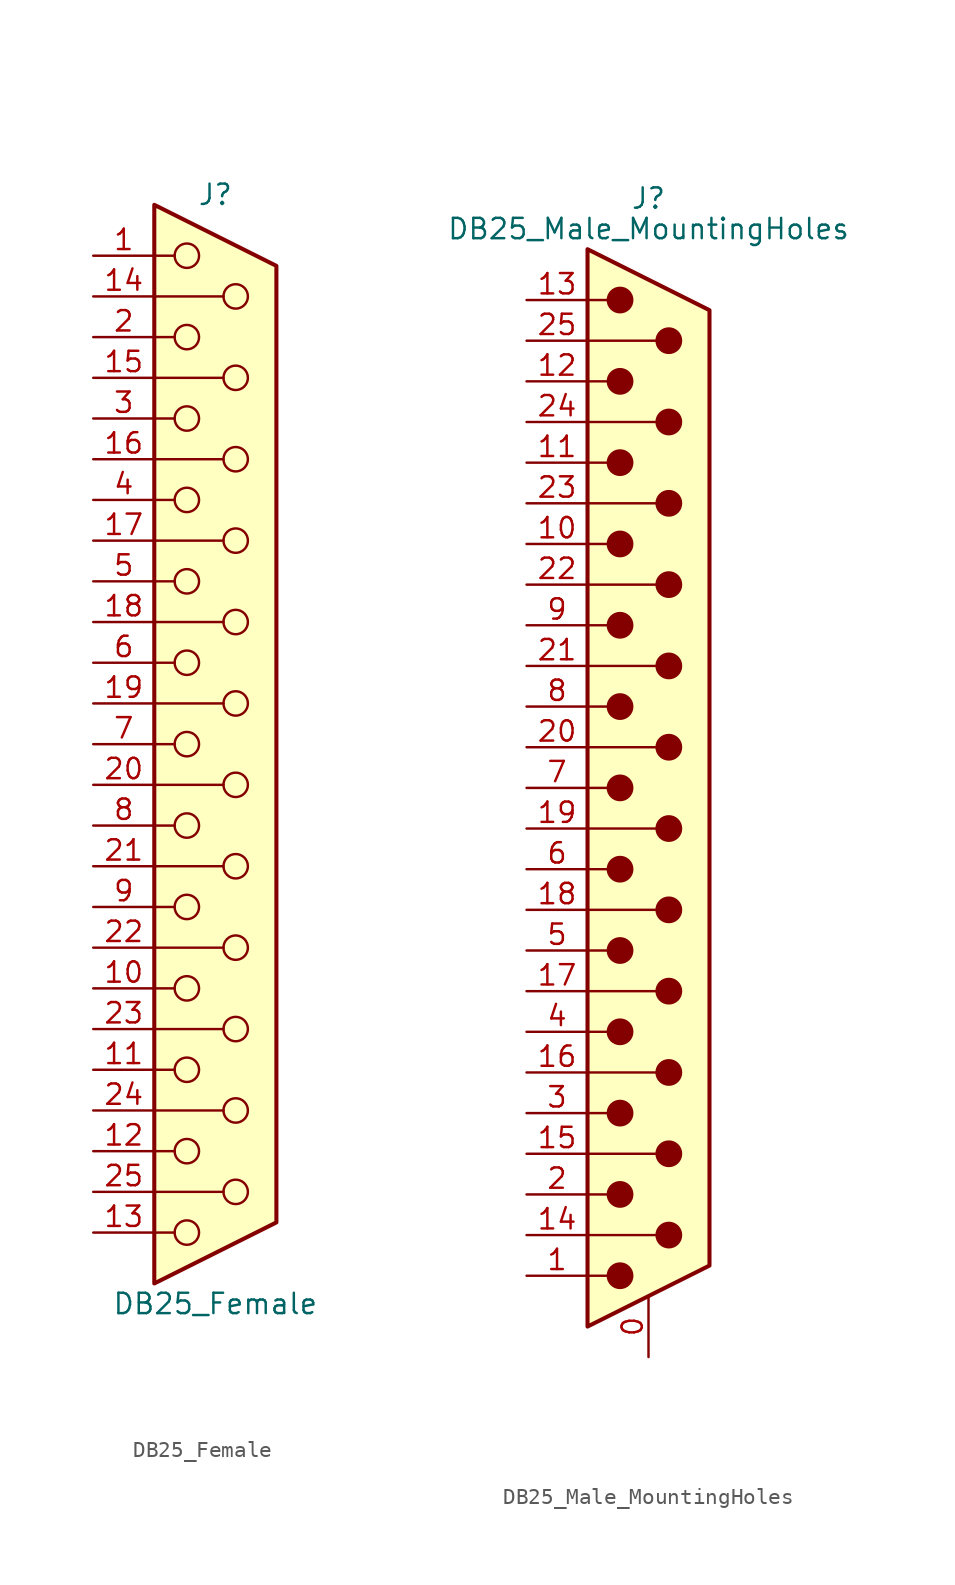
<source format=kicad_sym>
(kicad_symbol_lib
  (version 20220914)
  (generator kicad_symbol_editor)
  (symbol "DB25_Female"
    (pin_names
      (offset 1.016) hide)
    (property "Reference" "J"
      (at 0 34.29 0)
      (effects (font (size 1.27 1.27))))
    (property "Value" "DB25_Female"
      (at 0 -34.925 0)
      (effects (font (size 1.27 1.27))))
    (symbol "DB25_Female_0_1"
      (circle (center -1.778 -30.48) (radius 0.762) (stroke (width 0) (type solid)) (fill (type none)))
      (circle (center -1.778 -25.4) (radius 0.762) (stroke (width 0) (type solid)) (fill (type none)))
      (circle (center -1.778 -20.32) (radius 0.762) (stroke (width 0) (type solid)) (fill (type none)))
      (circle (center -1.778 -15.24) (radius 0.762) (stroke (width 0) (type solid)) (fill (type none)))
      (circle (center -1.778 -10.16) (radius 0.762) (stroke (width 0) (type solid)) (fill (type none)))
      (circle (center -1.778 -5.08) (radius 0.762) (stroke (width 0) (type solid)) (fill (type none)))
      (circle (center -1.778 0) (radius 0.762) (stroke (width 0) (type solid)) (fill (type none)))
      (circle (center -1.778 5.08) (radius 0.762) (stroke (width 0) (type solid)) (fill (type none)))
      (circle (center -1.778 10.16) (radius 0.762) (stroke (width 0) (type solid)) (fill (type none)))
      (circle (center -1.778 15.24) (radius 0.762) (stroke (width 0) (type solid)) (fill (type none)))
      (circle (center -1.778 20.32) (radius 0.762) (stroke (width 0) (type solid)) (fill (type none)))
      (circle (center -1.778 25.4) (radius 0.762) (stroke (width 0) (type solid)) (fill (type none)))
      (circle (center -1.778 30.48) (radius 0.762) (stroke (width 0) (type solid)) (fill (type none)))
      (polyline (pts (xy -3.81 -30.48) (xy -2.54 -30.48)) (stroke (width 0) (type solid)) (fill (type none)))
      (polyline (pts (xy -3.81 -27.94) (xy 0.508 -27.94)) (stroke (width 0) (type solid)) (fill (type none)))
      (polyline (pts (xy -3.81 -25.4) (xy -2.54 -25.4)) (stroke (width 0) (type solid)) (fill (type none)))
      (polyline (pts (xy -3.81 -22.86) (xy 0.508 -22.86)) (stroke (width 0) (type solid)) (fill (type none)))
      (polyline (pts (xy -3.81 -20.32) (xy -2.54 -20.32)) (stroke (width 0) (type solid)) (fill (type none)))
      (polyline (pts (xy -3.81 -17.78) (xy 0.508 -17.78)) (stroke (width 0) (type solid)) (fill (type none)))
      (polyline (pts (xy -3.81 -15.24) (xy -2.54 -15.24)) (stroke (width 0) (type solid)) (fill (type none)))
      (polyline (pts (xy -3.81 -12.7) (xy 0.508 -12.7)) (stroke (width 0) (type solid)) (fill (type none)))
      (polyline (pts (xy -3.81 -10.16) (xy -2.54 -10.16)) (stroke (width 0) (type solid)) (fill (type none)))
      (polyline (pts (xy -3.81 -7.62) (xy 0.508 -7.62)) (stroke (width 0) (type solid)) (fill (type none)))
      (polyline (pts (xy -3.81 -5.08) (xy -2.54 -5.08)) (stroke (width 0) (type solid)) (fill (type none)))
      (polyline (pts (xy -3.81 -2.54) (xy 0.508 -2.54)) (stroke (width 0) (type solid)) (fill (type none)))
      (polyline (pts (xy -3.81 0) (xy -2.54 0)) (stroke (width 0) (type solid)) (fill (type none)))
      (polyline (pts (xy -3.81 2.54) (xy 0.508 2.54)) (stroke (width 0) (type solid)) (fill (type none)))
      (polyline (pts (xy -3.81 5.08) (xy -2.54 5.08)) (stroke (width 0) (type solid)) (fill (type none)))
      (polyline (pts (xy -3.81 7.62) (xy 0.508 7.62)) (stroke (width 0) (type solid)) (fill (type none)))
      (polyline (pts (xy -3.81 10.16) (xy -2.54 10.16)) (stroke (width 0) (type solid)) (fill (type none)))
      (polyline (pts (xy -3.81 12.7) (xy 0.508 12.7)) (stroke (width 0) (type solid)) (fill (type none)))
      (polyline (pts (xy -3.81 15.24) (xy -2.54 15.24)) (stroke (width 0) (type solid)) (fill (type none)))
      (polyline (pts (xy -3.81 17.78) (xy 0.508 17.78)) (stroke (width 0) (type solid)) (fill (type none)))
      (polyline (pts (xy -3.81 20.32) (xy -2.54 20.32)) (stroke (width 0) (type solid)) (fill (type none)))
      (polyline (pts (xy -3.81 22.86) (xy 0.508 22.86)) (stroke (width 0) (type solid)) (fill (type none)))
      (polyline (pts (xy -3.81 25.4) (xy -2.54 25.4)) (stroke (width 0) (type solid)) (fill (type none)))
      (polyline (pts (xy -3.81 27.94) (xy 0.508 27.94)) (stroke (width 0) (type solid)) (fill (type none)))
      (polyline (pts (xy -3.81 30.48) (xy -2.54 30.48)) (stroke (width 0) (type solid)) (fill (type none)))
      (polyline (pts (xy -3.81 33.655) (xy 3.81 29.845) (xy 3.81 -29.845) (xy -3.81 -33.655) (xy -3.81 33.655)) (stroke (width 0.254) (type solid)) (fill (type background)))
      (circle (center 1.27 -27.94) (radius 0.762) (stroke (width 0) (type solid)) (fill (type none)))
      (circle (center 1.27 -22.86) (radius 0.762) (stroke (width 0) (type solid)) (fill (type none)))
      (circle (center 1.27 -17.78) (radius 0.762) (stroke (width 0) (type solid)) (fill (type none)))
      (circle (center 1.27 -12.7) (radius 0.762) (stroke (width 0) (type solid)) (fill (type none)))
      (circle (center 1.27 -7.62) (radius 0.762) (stroke (width 0) (type solid)) (fill (type none)))
      (circle (center 1.27 -2.54) (radius 0.762) (stroke (width 0) (type solid)) (fill (type none)))
      (circle (center 1.27 2.54) (radius 0.762) (stroke (width 0) (type solid)) (fill (type none)))
      (circle (center 1.27 7.62) (radius 0.762) (stroke (width 0) (type solid)) (fill (type none)))
      (circle (center 1.27 12.7) (radius 0.762) (stroke (width 0) (type solid)) (fill (type none)))
      (circle (center 1.27 17.78) (radius 0.762) (stroke (width 0) (type solid)) (fill (type none)))
      (circle (center 1.27 22.86) (radius 0.762) (stroke (width 0) (type solid)) (fill (type none)))
      (circle (center 1.27 27.94) (radius 0.762) (stroke (width 0) (type solid)) (fill (type none))))
    (symbol "DB25_Female_1_1"
      (pin passive line (at -7.62 30.48 0) (length 3.81) (name "1" (effects (font (size 1.27 1.27)))) (number "1" (effects (font (size 1.27 1.27)))))
      (pin passive line (at -7.62 -15.24 0) (length 3.81) (name "10" (effects (font (size 1.27 1.27)))) (number "10" (effects (font (size 1.27 1.27)))))
      (pin passive line (at -7.62 -20.32 0) (length 3.81) (name "11" (effects (font (size 1.27 1.27)))) (number "11" (effects (font (size 1.27 1.27)))))
      (pin passive line (at -7.62 -25.4 0) (length 3.81) (name "12" (effects (font (size 1.27 1.27)))) (number "12" (effects (font (size 1.27 1.27)))))
      (pin passive line (at -7.62 -30.48 0) (length 3.81) (name "13" (effects (font (size 1.27 1.27)))) (number "13" (effects (font (size 1.27 1.27)))))
      (pin passive line (at -7.62 27.94 0) (length 3.81) (name "P14" (effects (font (size 1.27 1.27)))) (number "14" (effects (font (size 1.27 1.27)))))
      (pin passive line (at -7.62 22.86 0) (length 3.81) (name "P15" (effects (font (size 1.27 1.27)))) (number "15" (effects (font (size 1.27 1.27)))))
      (pin passive line (at -7.62 17.78 0) (length 3.81) (name "P16" (effects (font (size 1.27 1.27)))) (number "16" (effects (font (size 1.27 1.27)))))
      (pin passive line (at -7.62 12.7 0) (length 3.81) (name "P17" (effects (font (size 1.27 1.27)))) (number "17" (effects (font (size 1.27 1.27)))))
      (pin passive line (at -7.62 7.62 0) (length 3.81) (name "P18" (effects (font (size 1.27 1.27)))) (number "18" (effects (font (size 1.27 1.27)))))
      (pin passive line (at -7.62 2.54 0) (length 3.81) (name "P19" (effects (font (size 1.27 1.27)))) (number "19" (effects (font (size 1.27 1.27)))))
      (pin passive line (at -7.62 25.4 0) (length 3.81) (name "2" (effects (font (size 1.27 1.27)))) (number "2" (effects (font (size 1.27 1.27)))))
      (pin passive line (at -7.62 -2.54 0) (length 3.81) (name "P20" (effects (font (size 1.27 1.27)))) (number "20" (effects (font (size 1.27 1.27)))))
      (pin passive line (at -7.62 -7.62 0) (length 3.81) (name "P21" (effects (font (size 1.27 1.27)))) (number "21" (effects (font (size 1.27 1.27)))))
      (pin passive line (at -7.62 -12.7 0) (length 3.81) (name "P22" (effects (font (size 1.27 1.27)))) (number "22" (effects (font (size 1.27 1.27)))))
      (pin passive line (at -7.62 -17.78 0) (length 3.81) (name "P23" (effects (font (size 1.27 1.27)))) (number "23" (effects (font (size 1.27 1.27)))))
      (pin passive line (at -7.62 -22.86 0) (length 3.81) (name "P24" (effects (font (size 1.27 1.27)))) (number "24" (effects (font (size 1.27 1.27)))))
      (pin passive line (at -7.62 -27.94 0) (length 3.81) (name "P25" (effects (font (size 1.27 1.27)))) (number "25" (effects (font (size 1.27 1.27)))))
      (pin passive line (at -7.62 20.32 0) (length 3.81) (name "3" (effects (font (size 1.27 1.27)))) (number "3" (effects (font (size 1.27 1.27)))))
      (pin passive line (at -7.62 15.24 0) (length 3.81) (name "4" (effects (font (size 1.27 1.27)))) (number "4" (effects (font (size 1.27 1.27)))))
      (pin passive line (at -7.62 10.16 0) (length 3.81) (name "5" (effects (font (size 1.27 1.27)))) (number "5" (effects (font (size 1.27 1.27)))))
      (pin passive line (at -7.62 5.08 0) (length 3.81) (name "6" (effects (font (size 1.27 1.27)))) (number "6" (effects (font (size 1.27 1.27)))))
      (pin passive line (at -7.62 0 0) (length 3.81) (name "7" (effects (font (size 1.27 1.27)))) (number "7" (effects (font (size 1.27 1.27)))))
      (pin passive line (at -7.62 -5.08 0) (length 3.81) (name "8" (effects (font (size 1.27 1.27)))) (number "8" (effects (font (size 1.27 1.27)))))
      (pin passive line (at -7.62 -10.16 0) (length 3.81) (name "9" (effects (font (size 1.27 1.27)))) (number "9" (effects (font (size 1.27 1.27)))))))
  (symbol "DB25_Male_MountingHoles"
    (pin_names
      (offset 1.016) hide)
    (property "Reference" "J"
      (at 0 36.83 0)
      (effects (font (size 1.27 1.27))))
    (property "Value" "DB25_Male_MountingHoles"
      (at 0 34.925 0)
      (effects (font (size 1.27 1.27))))
    (symbol "DB25_Male_MountingHoles_0_1"
      (circle (center -1.778 -30.48) (radius 0.762) (stroke (width 0) (type solid)) (fill (type outline)))
      (circle (center -1.778 -25.4) (radius 0.762) (stroke (width 0) (type solid)) (fill (type outline)))
      (circle (center -1.778 -20.32) (radius 0.762) (stroke (width 0) (type solid)) (fill (type outline)))
      (circle (center -1.778 -15.24) (radius 0.762) (stroke (width 0) (type solid)) (fill (type outline)))
      (circle (center -1.778 -10.16) (radius 0.762) (stroke (width 0) (type solid)) (fill (type outline)))
      (circle (center -1.778 -5.08) (radius 0.762) (stroke (width 0) (type solid)) (fill (type outline)))
      (circle (center -1.778 0) (radius 0.762) (stroke (width 0) (type solid)) (fill (type outline)))
      (circle (center -1.778 5.08) (radius 0.762) (stroke (width 0) (type solid)) (fill (type outline)))
      (circle (center -1.778 10.16) (radius 0.762) (stroke (width 0) (type solid)) (fill (type outline)))
      (circle (center -1.778 15.24) (radius 0.762) (stroke (width 0) (type solid)) (fill (type outline)))
      (circle (center -1.778 20.32) (radius 0.762) (stroke (width 0) (type solid)) (fill (type outline)))
      (circle (center -1.778 25.4) (radius 0.762) (stroke (width 0) (type solid)) (fill (type outline)))
      (circle (center -1.778 30.48) (radius 0.762) (stroke (width 0) (type solid)) (fill (type outline)))
      (polyline (pts (xy -3.81 -30.48) (xy -2.54 -30.48)) (stroke (width 0) (type solid)) (fill (type none)))
      (polyline (pts (xy -3.81 -27.94) (xy 0.508 -27.94)) (stroke (width 0) (type solid)) (fill (type none)))
      (polyline (pts (xy -3.81 -25.4) (xy -2.54 -25.4)) (stroke (width 0) (type solid)) (fill (type none)))
      (polyline (pts (xy -3.81 -22.86) (xy 0.508 -22.86)) (stroke (width 0) (type solid)) (fill (type none)))
      (polyline (pts (xy -3.81 -20.32) (xy -2.54 -20.32)) (stroke (width 0) (type solid)) (fill (type none)))
      (polyline (pts (xy -3.81 -17.78) (xy 0.508 -17.78)) (stroke (width 0) (type solid)) (fill (type none)))
      (polyline (pts (xy -3.81 -15.24) (xy -2.54 -15.24)) (stroke (width 0) (type solid)) (fill (type none)))
      (polyline (pts (xy -3.81 -12.7) (xy 0.508 -12.7)) (stroke (width 0) (type solid)) (fill (type none)))
      (polyline (pts (xy -3.81 -10.16) (xy -2.54 -10.16)) (stroke (width 0) (type solid)) (fill (type none)))
      (polyline (pts (xy -3.81 -7.62) (xy 0.508 -7.62)) (stroke (width 0) (type solid)) (fill (type none)))
      (polyline (pts (xy -3.81 -5.08) (xy -2.54 -5.08)) (stroke (width 0) (type solid)) (fill (type none)))
      (polyline (pts (xy -3.81 -2.54) (xy 0.508 -2.54)) (stroke (width 0) (type solid)) (fill (type none)))
      (polyline (pts (xy -3.81 0) (xy -2.54 0)) (stroke (width 0) (type solid)) (fill (type none)))
      (polyline (pts (xy -3.81 2.54) (xy 0.508 2.54)) (stroke (width 0) (type solid)) (fill (type none)))
      (polyline (pts (xy -3.81 5.08) (xy -2.54 5.08)) (stroke (width 0) (type solid)) (fill (type none)))
      (polyline (pts (xy -3.81 7.62) (xy 0.508 7.62)) (stroke (width 0) (type solid)) (fill (type none)))
      (polyline (pts (xy -3.81 10.16) (xy -2.54 10.16)) (stroke (width 0) (type solid)) (fill (type none)))
      (polyline (pts (xy -3.81 12.7) (xy 0.508 12.7)) (stroke (width 0) (type solid)) (fill (type none)))
      (polyline (pts (xy -3.81 15.24) (xy -2.54 15.24)) (stroke (width 0) (type solid)) (fill (type none)))
      (polyline (pts (xy -3.81 17.78) (xy 0.508 17.78)) (stroke (width 0) (type solid)) (fill (type none)))
      (polyline (pts (xy -3.81 20.32) (xy -2.54 20.32)) (stroke (width 0) (type solid)) (fill (type none)))
      (polyline (pts (xy -3.81 22.86) (xy 0.508 22.86)) (stroke (width 0) (type solid)) (fill (type none)))
      (polyline (pts (xy -3.81 25.4) (xy -2.54 25.4)) (stroke (width 0) (type solid)) (fill (type none)))
      (polyline (pts (xy -3.81 27.94) (xy 0.508 27.94)) (stroke (width 0) (type solid)) (fill (type none)))
      (polyline (pts (xy -3.81 30.48) (xy -2.54 30.48)) (stroke (width 0) (type solid)) (fill (type none)))
      (polyline (pts (xy -3.81 -33.655) (xy 3.81 -29.845) (xy 3.81 29.845) (xy -3.81 33.655) (xy -3.81 -33.655)) (stroke (width 0.254) (type solid)) (fill (type background)))
      (circle (center 1.27 -27.94) (radius 0.762) (stroke (width 0) (type solid)) (fill (type outline)))
      (circle (center 1.27 -22.86) (radius 0.762) (stroke (width 0) (type solid)) (fill (type outline)))
      (circle (center 1.27 -17.78) (radius 0.762) (stroke (width 0) (type solid)) (fill (type outline)))
      (circle (center 1.27 -12.7) (radius 0.762) (stroke (width 0) (type solid)) (fill (type outline)))
      (circle (center 1.27 -7.62) (radius 0.762) (stroke (width 0) (type solid)) (fill (type outline)))
      (circle (center 1.27 -2.54) (radius 0.762) (stroke (width 0) (type solid)) (fill (type outline)))
      (circle (center 1.27 2.54) (radius 0.762) (stroke (width 0) (type solid)) (fill (type outline)))
      (circle (center 1.27 7.62) (radius 0.762) (stroke (width 0) (type solid)) (fill (type outline)))
      (circle (center 1.27 12.7) (radius 0.762) (stroke (width 0) (type solid)) (fill (type outline)))
      (circle (center 1.27 17.78) (radius 0.762) (stroke (width 0) (type solid)) (fill (type outline)))
      (circle (center 1.27 22.86) (radius 0.762) (stroke (width 0) (type solid)) (fill (type outline)))
      (circle (center 1.27 27.94) (radius 0.762) (stroke (width 0) (type solid)) (fill (type outline))))
    (symbol "DB25_Male_MountingHoles_1_1"
      (pin passive line (at 0 -35.56 90) (length 3.81) (name "PAD" (effects (font (size 1.27 1.27)))) (number "0" (effects (font (size 1.27 1.27)))))
      (pin passive line (at -7.62 -30.48 0) (length 3.81) (name "1" (effects (font (size 1.27 1.27)))) (number "1" (effects (font (size 1.27 1.27)))))
      (pin passive line (at -7.62 15.24 0) (length 3.81) (name "10" (effects (font (size 1.27 1.27)))) (number "10" (effects (font (size 1.27 1.27)))))
      (pin passive line (at -7.62 20.32 0) (length 3.81) (name "11" (effects (font (size 1.27 1.27)))) (number "11" (effects (font (size 1.27 1.27)))))
      (pin passive line (at -7.62 25.4 0) (length 3.81) (name "12" (effects (font (size 1.27 1.27)))) (number "12" (effects (font (size 1.27 1.27)))))
      (pin passive line (at -7.62 30.48 0) (length 3.81) (name "13" (effects (font (size 1.27 1.27)))) (number "13" (effects (font (size 1.27 1.27)))))
      (pin passive line (at -7.62 -27.94 0) (length 3.81) (name "P14" (effects (font (size 1.27 1.27)))) (number "14" (effects (font (size 1.27 1.27)))))
      (pin passive line (at -7.62 -22.86 0) (length 3.81) (name "P15" (effects (font (size 1.27 1.27)))) (number "15" (effects (font (size 1.27 1.27)))))
      (pin passive line (at -7.62 -17.78 0) (length 3.81) (name "P16" (effects (font (size 1.27 1.27)))) (number "16" (effects (font (size 1.27 1.27)))))
      (pin passive line (at -7.62 -12.7 0) (length 3.81) (name "P17" (effects (font (size 1.27 1.27)))) (number "17" (effects (font (size 1.27 1.27)))))
      (pin passive line (at -7.62 -7.62 0) (length 3.81) (name "P18" (effects (font (size 1.27 1.27)))) (number "18" (effects (font (size 1.27 1.27)))))
      (pin passive line (at -7.62 -2.54 0) (length 3.81) (name "P19" (effects (font (size 1.27 1.27)))) (number "19" (effects (font (size 1.27 1.27)))))
      (pin passive line (at -7.62 -25.4 0) (length 3.81) (name "2" (effects (font (size 1.27 1.27)))) (number "2" (effects (font (size 1.27 1.27)))))
      (pin passive line (at -7.62 2.54 0) (length 3.81) (name "P20" (effects (font (size 1.27 1.27)))) (number "20" (effects (font (size 1.27 1.27)))))
      (pin passive line (at -7.62 7.62 0) (length 3.81) (name "P21" (effects (font (size 1.27 1.27)))) (number "21" (effects (font (size 1.27 1.27)))))
      (pin passive line (at -7.62 12.7 0) (length 3.81) (name "P22" (effects (font (size 1.27 1.27)))) (number "22" (effects (font (size 1.27 1.27)))))
      (pin passive line (at -7.62 17.78 0) (length 3.81) (name "P23" (effects (font (size 1.27 1.27)))) (number "23" (effects (font (size 1.27 1.27)))))
      (pin passive line (at -7.62 22.86 0) (length 3.81) (name "P24" (effects (font (size 1.27 1.27)))) (number "24" (effects (font (size 1.27 1.27)))))
      (pin passive line (at -7.62 27.94 0) (length 3.81) (name "P25" (effects (font (size 1.27 1.27)))) (number "25" (effects (font (size 1.27 1.27)))))
      (pin passive line (at -7.62 -20.32 0) (length 3.81) (name "3" (effects (font (size 1.27 1.27)))) (number "3" (effects (font (size 1.27 1.27)))))
      (pin passive line (at -7.62 -15.24 0) (length 3.81) (name "4" (effects (font (size 1.27 1.27)))) (number "4" (effects (font (size 1.27 1.27)))))
      (pin passive line (at -7.62 -10.16 0) (length 3.81) (name "5" (effects (font (size 1.27 1.27)))) (number "5" (effects (font (size 1.27 1.27)))))
      (pin passive line (at -7.62 -5.08 0) (length 3.81) (name "6" (effects (font (size 1.27 1.27)))) (number "6" (effects (font (size 1.27 1.27)))))
      (pin passive line (at -7.62 0 0) (length 3.81) (name "7" (effects (font (size 1.27 1.27)))) (number "7" (effects (font (size 1.27 1.27)))))
      (pin passive line (at -7.62 5.08 0) (length 3.81) (name "8" (effects (font (size 1.27 1.27)))) (number "8" (effects (font (size 1.27 1.27)))))
      (pin passive line (at -7.62 10.16 0) (length 3.81) (name "9" (effects (font (size 1.27 1.27)))) (number "9" (effects (font (size 1.27 1.27))))))))
</source>
